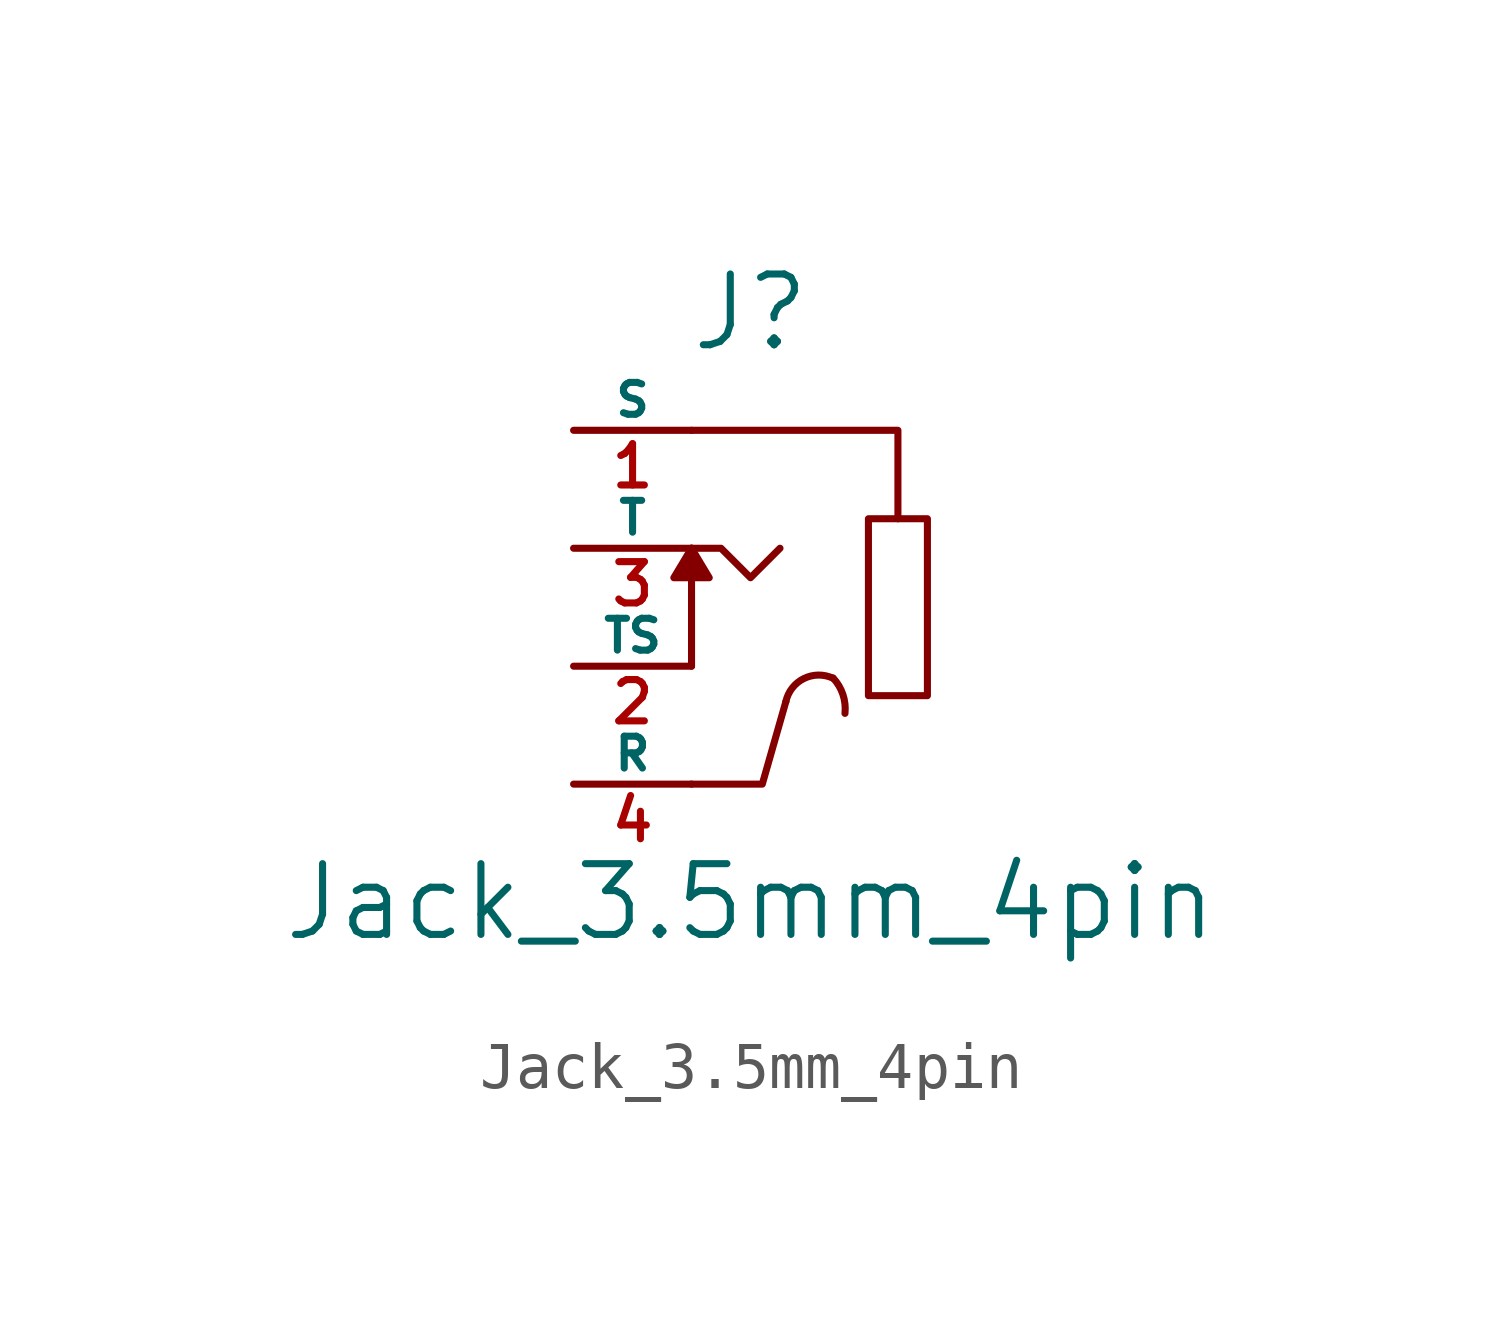
<source format=kicad_sym>
(kicad_symbol_lib
  (version 20201005)
  (generator kicad_symbol_editor)
  (symbol "Jack_3.5mm_4pin"
    (pin_names
      (offset 0))
    (property "Reference" "J"
      (at 0 6.35 0)
      (effects (font (size 1.524 1.524))))
    (property "Value" "Jack_3.5mm_4pin"
      (at 0 -6.35 0)
      (effects (font (size 1.524 1.524))))
    (property "Footprint" ""
      (at 0 0 0)
      (effects (font (size 1.524 1.524))))
    (property "Datasheet" ""
      (at 0 0 0)
      (effects (font (size 1.524 1.524))))
    (symbol "Jack_3.5mm_4pin_0_1"
      (arc (start 1.778 -1.524) (end 2.032 -2.286) (radius (at 1.0668 -2.1844) (length 0.9652) (angles -137.1 173.9)) (stroke (width 0)) (fill (type none)))
      (arc (start 1.778 -1.524) (end 0.762 -2.032) (radius (at 1.4732 -2.1844) (length 0.7366) (angles -114.7 -12)) (stroke (width 0)) (fill (type none)))
      (rectangle (start 2.54 1.905) (end 3.81 -1.905) (stroke (width 0)) (fill (type none)))
      (polyline (pts (xy -1.27 -1.27) (xy -1.27 1.27)) (stroke (width 0)) (fill (type none)))
      (polyline (pts (xy -1.27 3.81) (xy 3.175 3.81) (xy 3.175 1.905)) (stroke (width 0)) (fill (type none)))
      (polyline (pts (xy 0.762 -2.032) (xy 0.254 -3.81) (xy -1.27 -3.81)) (stroke (width 0)) (fill (type none)))
      (polyline (pts (xy -1.27 1.27) (xy -0.635 1.27) (xy 0 0.635) (xy 0.635 1.27)) (stroke (width 0)) (fill (type none)))
      (polyline (pts (xy -1.27 1.27) (xy -1.651 0.635) (xy -0.889 0.635) (xy -1.27 1.27)) (stroke (width 0)) (fill (type outline))))
    (symbol "Jack_3.5mm_4pin_1_1"
      (pin passive line (at -3.81 3.81 0) (length 2.54) (name "S" (effects (font (size 0.686 0.686)))) (number "1" (effects (font (size 0.889 0.889)))))
      (pin passive line (at -3.81 -1.27 0) (length 2.54) (name "TS" (effects (font (size 0.686 0.686)))) (number "2" (effects (font (size 0.889 0.889)))))
      (pin passive line (at -3.81 1.27 0) (length 2.54) (name "T" (effects (font (size 0.686 0.686)))) (number "3" (effects (font (size 0.889 0.889)))))
      (pin passive line (at -3.81 -3.81 0) (length 2.54) (name "R" (effects (font (size 0.686 0.686)))) (number "4" (effects (font (size 0.889 0.889))))))))
</source>
